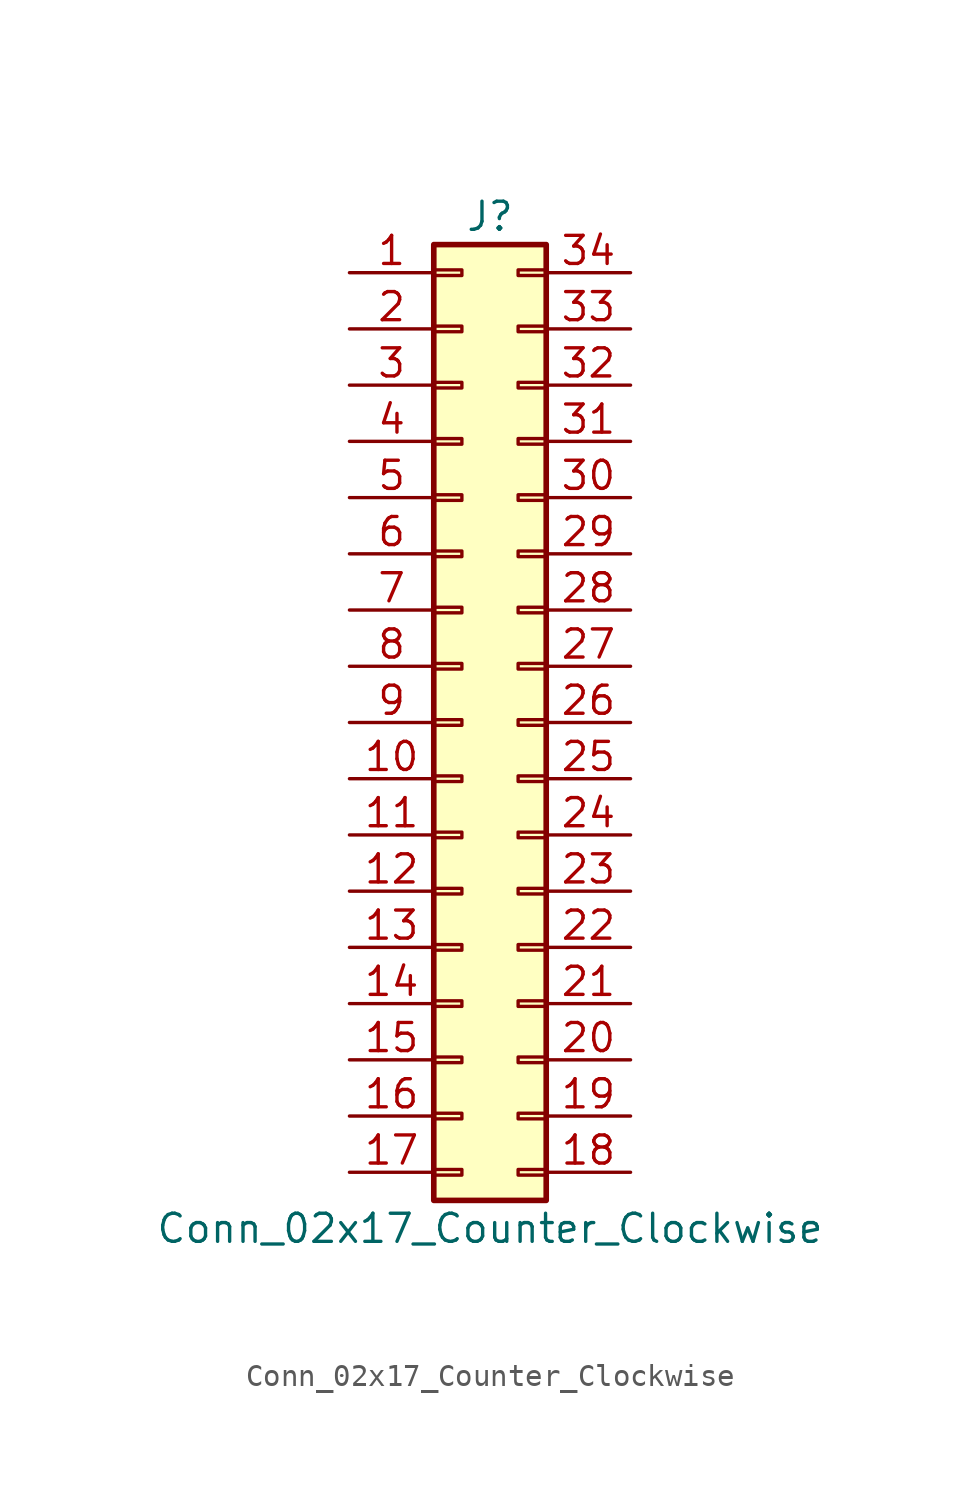
<source format=kicad_sym>
(kicad_symbol_lib
  (version 20211014)
  (generator kicad_symbol_editor)
  (symbol "Conn_02x17_Counter_Clockwise"
    (pin_names
      (offset 1.016) hide)
    (property "Reference" "J"
      (at 1.27 22.86 0)
      (effects (font (size 1.27 1.27))))
    (property "Value" "Conn_02x17_Counter_Clockwise"
      (at 1.27 -22.86 0)
      (effects (font (size 1.27 1.27))))
    (symbol "Conn_02x17_Counter_Clockwise_1_1"
      (rectangle (start -1.27 -20.193) (end 0 -20.447) (stroke (width 0.152) (type default) (color 0 0 0 0)) (fill (type none)))
      (rectangle (start -1.27 -17.653) (end 0 -17.907) (stroke (width 0.152) (type default) (color 0 0 0 0)) (fill (type none)))
      (rectangle (start -1.27 -15.113) (end 0 -15.367) (stroke (width 0.152) (type default) (color 0 0 0 0)) (fill (type none)))
      (rectangle (start -1.27 -12.573) (end 0 -12.827) (stroke (width 0.152) (type default) (color 0 0 0 0)) (fill (type none)))
      (rectangle (start -1.27 -10.033) (end 0 -10.287) (stroke (width 0.152) (type default) (color 0 0 0 0)) (fill (type none)))
      (rectangle (start -1.27 -7.493) (end 0 -7.747) (stroke (width 0.152) (type default) (color 0 0 0 0)) (fill (type none)))
      (rectangle (start -1.27 -4.953) (end 0 -5.207) (stroke (width 0.152) (type default) (color 0 0 0 0)) (fill (type none)))
      (rectangle (start -1.27 -2.413) (end 0 -2.667) (stroke (width 0.152) (type default) (color 0 0 0 0)) (fill (type none)))
      (rectangle (start -1.27 0.127) (end 0 -0.127) (stroke (width 0.152) (type default) (color 0 0 0 0)) (fill (type none)))
      (rectangle (start -1.27 2.667) (end 0 2.413) (stroke (width 0.152) (type default) (color 0 0 0 0)) (fill (type none)))
      (rectangle (start -1.27 5.207) (end 0 4.953) (stroke (width 0.152) (type default) (color 0 0 0 0)) (fill (type none)))
      (rectangle (start -1.27 7.747) (end 0 7.493) (stroke (width 0.152) (type default) (color 0 0 0 0)) (fill (type none)))
      (rectangle (start -1.27 10.287) (end 0 10.033) (stroke (width 0.152) (type default) (color 0 0 0 0)) (fill (type none)))
      (rectangle (start -1.27 12.827) (end 0 12.573) (stroke (width 0.152) (type default) (color 0 0 0 0)) (fill (type none)))
      (rectangle (start -1.27 15.367) (end 0 15.113) (stroke (width 0.152) (type default) (color 0 0 0 0)) (fill (type none)))
      (rectangle (start -1.27 17.907) (end 0 17.653) (stroke (width 0.152) (type default) (color 0 0 0 0)) (fill (type none)))
      (rectangle (start -1.27 20.447) (end 0 20.193) (stroke (width 0.152) (type default) (color 0 0 0 0)) (fill (type none)))
      (rectangle (start -1.27 21.59) (end 3.81 -21.59) (stroke (width 0.254) (type default) (color 0 0 0 0)) (fill (type background)))
      (rectangle (start 3.81 -20.193) (end 2.54 -20.447) (stroke (width 0.152) (type default) (color 0 0 0 0)) (fill (type none)))
      (rectangle (start 3.81 -17.653) (end 2.54 -17.907) (stroke (width 0.152) (type default) (color 0 0 0 0)) (fill (type none)))
      (rectangle (start 3.81 -15.113) (end 2.54 -15.367) (stroke (width 0.152) (type default) (color 0 0 0 0)) (fill (type none)))
      (rectangle (start 3.81 -12.573) (end 2.54 -12.827) (stroke (width 0.152) (type default) (color 0 0 0 0)) (fill (type none)))
      (rectangle (start 3.81 -10.033) (end 2.54 -10.287) (stroke (width 0.152) (type default) (color 0 0 0 0)) (fill (type none)))
      (rectangle (start 3.81 -7.493) (end 2.54 -7.747) (stroke (width 0.152) (type default) (color 0 0 0 0)) (fill (type none)))
      (rectangle (start 3.81 -4.953) (end 2.54 -5.207) (stroke (width 0.152) (type default) (color 0 0 0 0)) (fill (type none)))
      (rectangle (start 3.81 -2.413) (end 2.54 -2.667) (stroke (width 0.152) (type default) (color 0 0 0 0)) (fill (type none)))
      (rectangle (start 3.81 0.127) (end 2.54 -0.127) (stroke (width 0.152) (type default) (color 0 0 0 0)) (fill (type none)))
      (rectangle (start 3.81 2.667) (end 2.54 2.413) (stroke (width 0.152) (type default) (color 0 0 0 0)) (fill (type none)))
      (rectangle (start 3.81 5.207) (end 2.54 4.953) (stroke (width 0.152) (type default) (color 0 0 0 0)) (fill (type none)))
      (rectangle (start 3.81 7.747) (end 2.54 7.493) (stroke (width 0.152) (type default) (color 0 0 0 0)) (fill (type none)))
      (rectangle (start 3.81 10.287) (end 2.54 10.033) (stroke (width 0.152) (type default) (color 0 0 0 0)) (fill (type none)))
      (rectangle (start 3.81 12.827) (end 2.54 12.573) (stroke (width 0.152) (type default) (color 0 0 0 0)) (fill (type none)))
      (rectangle (start 3.81 15.367) (end 2.54 15.113) (stroke (width 0.152) (type default) (color 0 0 0 0)) (fill (type none)))
      (rectangle (start 3.81 17.907) (end 2.54 17.653) (stroke (width 0.152) (type default) (color 0 0 0 0)) (fill (type none)))
      (rectangle (start 3.81 20.447) (end 2.54 20.193) (stroke (width 0.152) (type default) (color 0 0 0 0)) (fill (type none)))
      (pin passive line (at -5.08 20.32 0) (length 3.81) (name "Pin_1" (effects (font (size 1.27 1.27)))) (number "1" (effects (font (size 1.27 1.27)))))
      (pin passive line (at -5.08 -2.54 0) (length 3.81) (name "Pin_10" (effects (font (size 1.27 1.27)))) (number "10" (effects (font (size 1.27 1.27)))))
      (pin passive line (at -5.08 -5.08 0) (length 3.81) (name "Pin_11" (effects (font (size 1.27 1.27)))) (number "11" (effects (font (size 1.27 1.27)))))
      (pin passive line (at -5.08 -7.62 0) (length 3.81) (name "Pin_12" (effects (font (size 1.27 1.27)))) (number "12" (effects (font (size 1.27 1.27)))))
      (pin passive line (at -5.08 -10.16 0) (length 3.81) (name "Pin_13" (effects (font (size 1.27 1.27)))) (number "13" (effects (font (size 1.27 1.27)))))
      (pin passive line (at -5.08 -12.7 0) (length 3.81) (name "Pin_14" (effects (font (size 1.27 1.27)))) (number "14" (effects (font (size 1.27 1.27)))))
      (pin passive line (at -5.08 -15.24 0) (length 3.81) (name "Pin_15" (effects (font (size 1.27 1.27)))) (number "15" (effects (font (size 1.27 1.27)))))
      (pin passive line (at -5.08 -17.78 0) (length 3.81) (name "Pin_16" (effects (font (size 1.27 1.27)))) (number "16" (effects (font (size 1.27 1.27)))))
      (pin passive line (at -5.08 -20.32 0) (length 3.81) (name "Pin_17" (effects (font (size 1.27 1.27)))) (number "17" (effects (font (size 1.27 1.27)))))
      (pin passive line (at 7.62 -20.32 180) (length 3.81) (name "Pin_18" (effects (font (size 1.27 1.27)))) (number "18" (effects (font (size 1.27 1.27)))))
      (pin passive line (at 7.62 -17.78 180) (length 3.81) (name "Pin_19" (effects (font (size 1.27 1.27)))) (number "19" (effects (font (size 1.27 1.27)))))
      (pin passive line (at -5.08 17.78 0) (length 3.81) (name "Pin_2" (effects (font (size 1.27 1.27)))) (number "2" (effects (font (size 1.27 1.27)))))
      (pin passive line (at 7.62 -15.24 180) (length 3.81) (name "Pin_20" (effects (font (size 1.27 1.27)))) (number "20" (effects (font (size 1.27 1.27)))))
      (pin passive line (at 7.62 -12.7 180) (length 3.81) (name "Pin_21" (effects (font (size 1.27 1.27)))) (number "21" (effects (font (size 1.27 1.27)))))
      (pin passive line (at 7.62 -10.16 180) (length 3.81) (name "Pin_22" (effects (font (size 1.27 1.27)))) (number "22" (effects (font (size 1.27 1.27)))))
      (pin passive line (at 7.62 -7.62 180) (length 3.81) (name "Pin_23" (effects (font (size 1.27 1.27)))) (number "23" (effects (font (size 1.27 1.27)))))
      (pin passive line (at 7.62 -5.08 180) (length 3.81) (name "Pin_24" (effects (font (size 1.27 1.27)))) (number "24" (effects (font (size 1.27 1.27)))))
      (pin passive line (at 7.62 -2.54 180) (length 3.81) (name "Pin_25" (effects (font (size 1.27 1.27)))) (number "25" (effects (font (size 1.27 1.27)))))
      (pin passive line (at 7.62 0 180) (length 3.81) (name "Pin_26" (effects (font (size 1.27 1.27)))) (number "26" (effects (font (size 1.27 1.27)))))
      (pin passive line (at 7.62 2.54 180) (length 3.81) (name "Pin_27" (effects (font (size 1.27 1.27)))) (number "27" (effects (font (size 1.27 1.27)))))
      (pin passive line (at 7.62 5.08 180) (length 3.81) (name "Pin_28" (effects (font (size 1.27 1.27)))) (number "28" (effects (font (size 1.27 1.27)))))
      (pin passive line (at 7.62 7.62 180) (length 3.81) (name "Pin_29" (effects (font (size 1.27 1.27)))) (number "29" (effects (font (size 1.27 1.27)))))
      (pin passive line (at -5.08 15.24 0) (length 3.81) (name "Pin_3" (effects (font (size 1.27 1.27)))) (number "3" (effects (font (size 1.27 1.27)))))
      (pin passive line (at 7.62 10.16 180) (length 3.81) (name "Pin_30" (effects (font (size 1.27 1.27)))) (number "30" (effects (font (size 1.27 1.27)))))
      (pin passive line (at 7.62 12.7 180) (length 3.81) (name "Pin_31" (effects (font (size 1.27 1.27)))) (number "31" (effects (font (size 1.27 1.27)))))
      (pin passive line (at 7.62 15.24 180) (length 3.81) (name "Pin_32" (effects (font (size 1.27 1.27)))) (number "32" (effects (font (size 1.27 1.27)))))
      (pin passive line (at 7.62 17.78 180) (length 3.81) (name "Pin_33" (effects (font (size 1.27 1.27)))) (number "33" (effects (font (size 1.27 1.27)))))
      (pin passive line (at 7.62 20.32 180) (length 3.81) (name "Pin_34" (effects (font (size 1.27 1.27)))) (number "34" (effects (font (size 1.27 1.27)))))
      (pin passive line (at -5.08 12.7 0) (length 3.81) (name "Pin_4" (effects (font (size 1.27 1.27)))) (number "4" (effects (font (size 1.27 1.27)))))
      (pin passive line (at -5.08 10.16 0) (length 3.81) (name "Pin_5" (effects (font (size 1.27 1.27)))) (number "5" (effects (font (size 1.27 1.27)))))
      (pin passive line (at -5.08 7.62 0) (length 3.81) (name "Pin_6" (effects (font (size 1.27 1.27)))) (number "6" (effects (font (size 1.27 1.27)))))
      (pin passive line (at -5.08 5.08 0) (length 3.81) (name "Pin_7" (effects (font (size 1.27 1.27)))) (number "7" (effects (font (size 1.27 1.27)))))
      (pin passive line (at -5.08 2.54 0) (length 3.81) (name "Pin_8" (effects (font (size 1.27 1.27)))) (number "8" (effects (font (size 1.27 1.27)))))
      (pin passive line (at -5.08 0 0) (length 3.81) (name "Pin_9" (effects (font (size 1.27 1.27)))) (number "9" (effects (font (size 1.27 1.27))))))))
</source>
